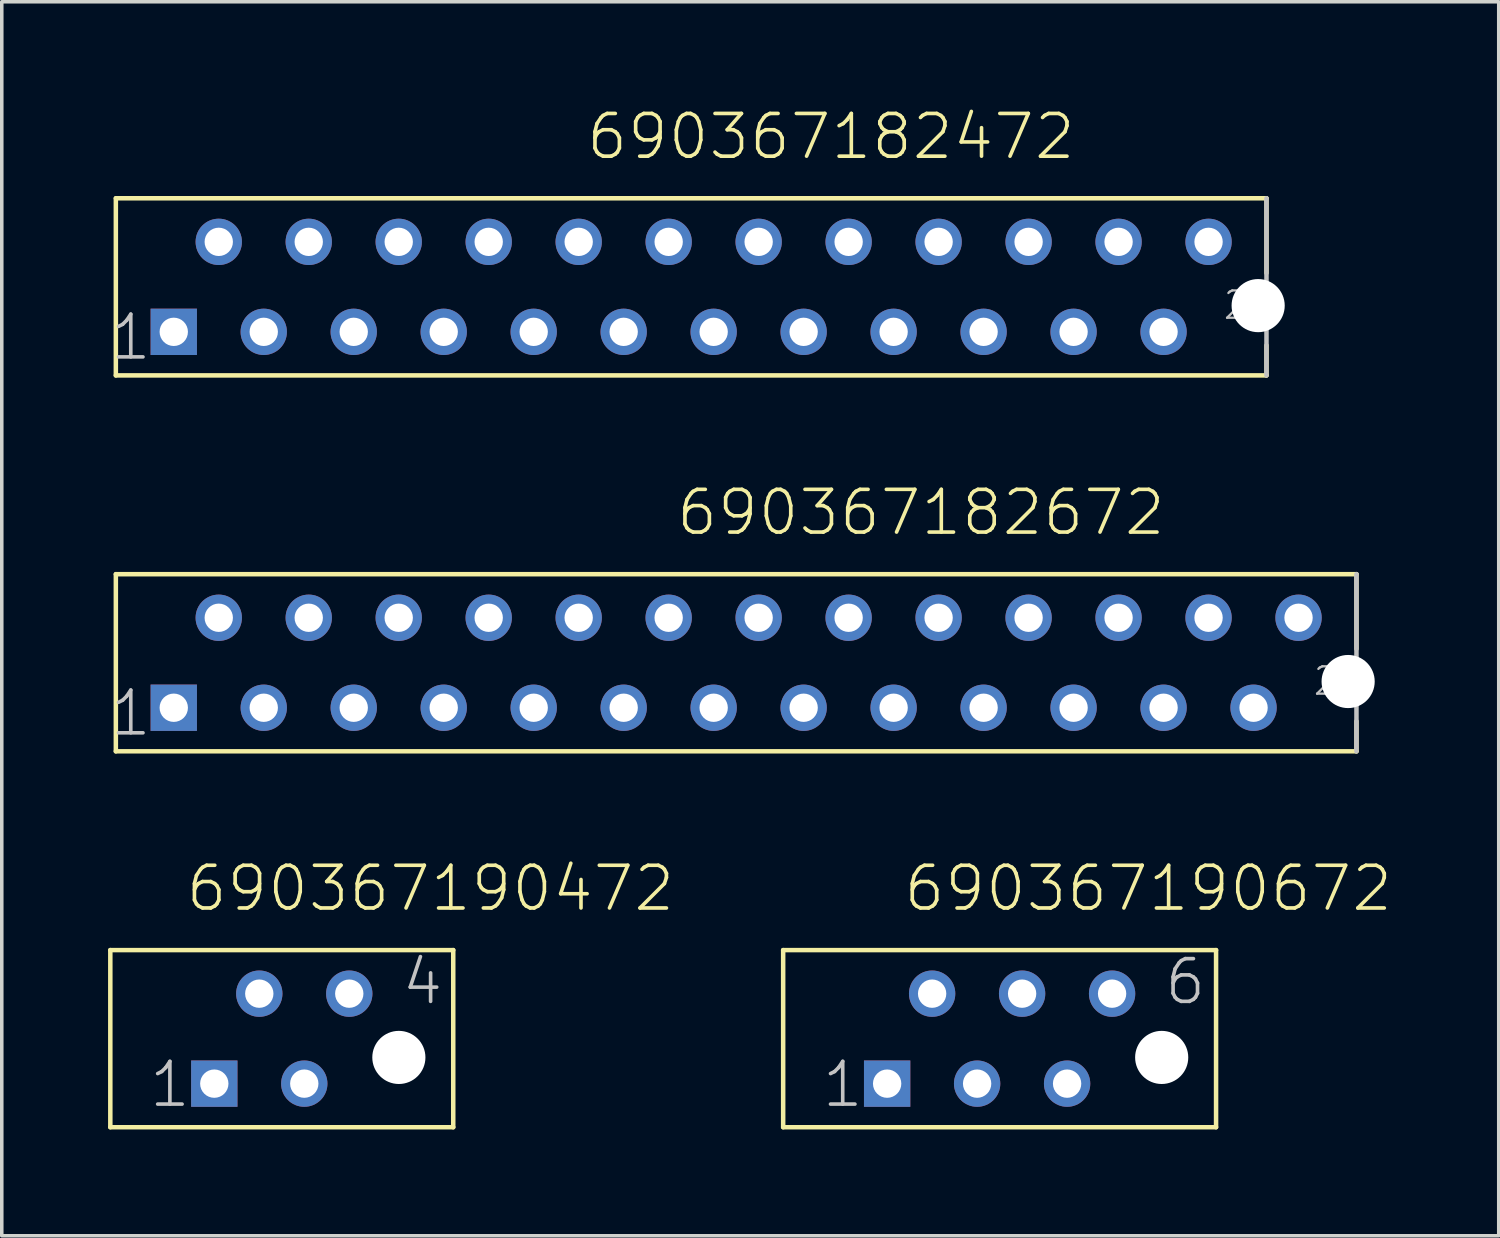
<source format=kicad_pcb>
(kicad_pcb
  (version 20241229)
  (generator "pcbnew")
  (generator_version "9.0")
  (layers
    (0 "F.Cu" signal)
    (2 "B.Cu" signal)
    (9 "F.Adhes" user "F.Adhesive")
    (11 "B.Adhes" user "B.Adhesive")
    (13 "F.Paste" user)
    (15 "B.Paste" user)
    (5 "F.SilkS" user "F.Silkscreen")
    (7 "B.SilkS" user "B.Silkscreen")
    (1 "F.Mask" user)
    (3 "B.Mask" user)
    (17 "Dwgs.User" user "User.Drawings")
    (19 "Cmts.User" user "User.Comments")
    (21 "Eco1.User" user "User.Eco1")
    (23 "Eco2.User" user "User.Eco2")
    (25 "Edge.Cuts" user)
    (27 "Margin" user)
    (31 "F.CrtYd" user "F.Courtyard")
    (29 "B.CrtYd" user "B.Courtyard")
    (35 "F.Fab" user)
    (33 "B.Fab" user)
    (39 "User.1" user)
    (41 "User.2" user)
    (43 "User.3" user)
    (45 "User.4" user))
  (footprint "690367190672"
    (layer "F.Cu")
    (at 25.167 26.269)
    (property "Reference" "690367190672" (at -2.762 -3.536 0) (layer "F.SilkS") (effects (font (size 1.206 1.206) (thickness 0.102)) (justify left bottom)))
    (attr through_hole)
    (fp_line (start -6.11 -2.5) (end -6.11 2.5) (stroke (width 0.127) (type solid)) (layer "F.SilkS"))
    (fp_line (start -6.11 2.5) (end 6.11 2.5) (stroke (width 0.127) (type solid)) (layer "F.SilkS"))
    (fp_line (start 6.11 -2.5) (end -6.11 -2.5) (stroke (width 0.127) (type solid)) (layer "F.SilkS"))
    (fp_line (start 6.11 2.5) (end 6.11 -2.5) (stroke (width 0.127) (type solid)) (layer "F.SilkS"))
    (fp_text user "1" (at -5.07 2 0) (layer "Dwgs.User") (effects (font (size 1.206 1.206) (thickness 0.102)) (justify left bottom)))
    (fp_text user "6" (at 4.6 -0.9 0) (layer "Dwgs.User") (effects (font (size 1.206 1.206) (thickness 0.102)) (justify left bottom)))
    (pad "" np_thru_hole circle (at 4.575 0.53) (size 1.5 1.5) (drill 1.5) (layers "*.Cu"))
    (pad "1" thru_hole rect (at -3.175 1.27 180) (size 1.308 1.308) (drill 0.8) (layers "*.Cu" "*.Mask"))
    (pad "2" thru_hole circle (at -1.905 -1.27 180) (size 1.308 1.308) (drill 0.8) (layers "*.Cu" "*.Mask"))
    (pad "3" thru_hole circle (at -0.635 1.27 180) (size 1.308 1.308) (drill 0.8) (layers "*.Cu" "*.Mask"))
    (pad "4" thru_hole circle (at 0.635 -1.27 180) (size 1.308 1.308) (drill 0.8) (layers "*.Cu" "*.Mask"))
    (pad "5" thru_hole circle (at 1.905 1.27 180) (size 1.308 1.308) (drill 0.8) (layers "*.Cu" "*.Mask"))
    (pad "6" thru_hole circle (at 3.175 -1.27 180) (size 1.308 1.308) (drill 0.8) (layers "*.Cu" "*.Mask")))
  (footprint "690367190472"
    (layer "F.Cu")
    (at 4.904 26.269)
    (property "Reference" "690367190472" (at -2.762 -3.536 0) (layer "F.SilkS") (effects (font (size 1.206 1.206) (thickness 0.102)) (justify left bottom)))
    (attr through_hole)
    (fp_line (start -4.84 -2.5) (end -4.84 2.5) (stroke (width 0.127) (type solid)) (layer "F.SilkS"))
    (fp_line (start -4.84 2.5) (end 4.84 2.5) (stroke (width 0.127) (type solid)) (layer "F.SilkS"))
    (fp_line (start 4.84 -2.5) (end -4.84 -2.5) (stroke (width 0.127) (type solid)) (layer "F.SilkS"))
    (fp_line (start 4.84 2.5) (end 4.84 -2.5) (stroke (width 0.127) (type solid)) (layer "F.SilkS"))
    (fp_text user "4" (at 3.33 -0.9 0) (layer "Dwgs.User") (effects (font (size 1.206 1.206) (thickness 0.102)) (justify left bottom)))
    (fp_text user "1" (at -3.8 2 0) (layer "Dwgs.User") (effects (font (size 1.206 1.206) (thickness 0.102)) (justify left bottom)))
    (pad "" np_thru_hole circle (at 3.305 0.53) (size 1.5 1.5) (drill 1.5) (layers "*.Cu"))
    (pad "1" thru_hole rect (at -1.905 1.27 180) (size 1.308 1.308) (drill 0.8) (layers "*.Cu" "*.Mask"))
    (pad "2" thru_hole circle (at -0.635 -1.27 180) (size 1.308 1.308) (drill 0.8) (layers "*.Cu" "*.Mask"))
    (pad "3" thru_hole circle (at 0.635 1.27 180) (size 1.308 1.308) (drill 0.8) (layers "*.Cu" "*.Mask"))
    (pad "4" thru_hole circle (at 1.905 -1.27 180) (size 1.308 1.308) (drill 0.8) (layers "*.Cu" "*.Mask")))
  (footprint "690367182472"
    (layer "F.Cu")
    (at 16.46 5.047)
    (property "Reference" "690367182472" (at -3.012 -3.536 0) (layer "F.SilkS") (effects (font (size 1.206 1.206) (thickness 0.102)) (justify left bottom)))
    (attr through_hole)
    (fp_line (start -16.24 -2.5) (end -16.24 2.5) (stroke (width 0.127) (type solid)) (layer "F.SilkS"))
    (fp_line (start -16.24 2.5) (end 16.24 2.5) (stroke (width 0.127) (type solid)) (layer "F.SilkS"))
    (fp_line (start 16.24 -2.5) (end -16.24 -2.5) (stroke (width 0.127) (type solid)) (layer "F.SilkS"))
    (fp_line (start 16.24 -0.39) (end 16.24 -2.5) (stroke (width 0.127) (type solid)) (layer "F.SilkS"))
    (fp_line (start 16.24 1.65) (end 16.24 2.5) (stroke (width 0.127) (type solid)) (layer "F.SilkS"))
    (fp_line (start 16.24 2.5) (end 16.24 -2.5) (stroke (width 0.127) (type solid)) (layer "Dwgs.User"))
    (fp_text user "1" (at -16.46 2.13 0) (layer "Dwgs.User") (effects (font (size 1.206 1.206) (thickness 0.102)) (justify left bottom)))
    (fp_text user "24" (at 14.975 0.97 0) (layer "Dwgs.User") (effects (font (size 0.772 0.772) (thickness 0.065)) (justify left bottom)))
    (pad "" np_thru_hole circle (at 16.005 0.53) (size 1.5 1.5) (drill 1.5) (layers "*.Cu"))
    (pad "1" thru_hole rect (at -14.605 1.27 180) (size 1.308 1.308) (drill 0.8) (layers "*.Cu" "*.Mask"))
    (pad "2" thru_hole circle (at -13.335 -1.27 180) (size 1.308 1.308) (drill 0.8) (layers "*.Cu" "*.Mask"))
    (pad "3" thru_hole circle (at -12.065 1.27 180) (size 1.308 1.308) (drill 0.8) (layers "*.Cu" "*.Mask"))
    (pad "4" thru_hole circle (at -10.795 -1.27 180) (size 1.308 1.308) (drill 0.8) (layers "*.Cu" "*.Mask"))
    (pad "5" thru_hole circle (at -9.525 1.27 180) (size 1.308 1.308) (drill 0.8) (layers "*.Cu" "*.Mask"))
    (pad "6" thru_hole circle (at -8.255 -1.27 180) (size 1.308 1.308) (drill 0.8) (layers "*.Cu" "*.Mask"))
    (pad "7" thru_hole circle (at -6.985 1.27 180) (size 1.308 1.308) (drill 0.8) (layers "*.Cu" "*.Mask"))
    (pad "8" thru_hole circle (at -5.715 -1.27 180) (size 1.308 1.308) (drill 0.8) (layers "*.Cu" "*.Mask"))
    (pad "9" thru_hole circle (at -4.445 1.27 180) (size 1.308 1.308) (drill 0.8) (layers "*.Cu" "*.Mask"))
    (pad "10" thru_hole circle (at -3.175 -1.27 180) (size 1.308 1.308) (drill 0.8) (layers "*.Cu" "*.Mask"))
    (pad "11" thru_hole circle (at -1.905 1.27 180) (size 1.308 1.308) (drill 0.8) (layers "*.Cu" "*.Mask"))
    (pad "12" thru_hole circle (at -0.635 -1.27 180) (size 1.308 1.308) (drill 0.8) (layers "*.Cu" "*.Mask"))
    (pad "13" thru_hole circle (at 0.635 1.27 180) (size 1.308 1.308) (drill 0.8) (layers "*.Cu" "*.Mask"))
    (pad "14" thru_hole circle (at 1.905 -1.27 180) (size 1.308 1.308) (drill 0.8) (layers "*.Cu" "*.Mask"))
    (pad "15" thru_hole circle (at 3.175 1.27 180) (size 1.308 1.308) (drill 0.8) (layers "*.Cu" "*.Mask"))
    (pad "16" thru_hole circle (at 4.445 -1.27 180) (size 1.308 1.308) (drill 0.8) (layers "*.Cu" "*.Mask"))
    (pad "17" thru_hole circle (at 5.715 1.27 180) (size 1.308 1.308) (drill 0.8) (layers "*.Cu" "*.Mask"))
    (pad "18" thru_hole circle (at 6.985 -1.27 180) (size 1.308 1.308) (drill 0.8) (layers "*.Cu" "*.Mask"))
    (pad "19" thru_hole circle (at 8.255 1.27 180) (size 1.308 1.308) (drill 0.8) (layers "*.Cu" "*.Mask"))
    (pad "20" thru_hole circle (at 9.525 -1.27 180) (size 1.308 1.308) (drill 0.8) (layers "*.Cu" "*.Mask"))
    (pad "21" thru_hole circle (at 10.795 1.27 180) (size 1.308 1.308) (drill 0.8) (layers "*.Cu" "*.Mask"))
    (pad "22" thru_hole circle (at 12.065 -1.27 180) (size 1.308 1.308) (drill 0.8) (layers "*.Cu" "*.Mask"))
    (pad "23" thru_hole circle (at 13.335 1.27 180) (size 1.308 1.308) (drill 0.8) (layers "*.Cu" "*.Mask"))
    (pad "24" thru_hole circle (at 14.605 -1.27 180) (size 1.308 1.308) (drill 0.8) (layers "*.Cu" "*.Mask")))
  (footprint "690367182672"
    (layer "F.Cu")
    (at 17.73 15.658)
    (property "Reference" "690367182672" (at -1.742 -3.536 0) (layer "F.SilkS") (effects (font (size 1.206 1.206) (thickness 0.102)) (justify left bottom)))
    (attr through_hole)
    (fp_line (start -17.51 -2.5) (end -17.51 2.5) (stroke (width 0.127) (type solid)) (layer "F.SilkS"))
    (fp_line (start -17.51 2.5) (end 17.51 2.5) (stroke (width 0.127) (type solid)) (layer "F.SilkS"))
    (fp_line (start 17.51 -2.5) (end -17.51 -2.5) (stroke (width 0.127) (type solid)) (layer "F.SilkS"))
    (fp_line (start 17.51 -0.39) (end 17.51 -2.5) (stroke (width 0.127) (type solid)) (layer "F.SilkS"))
    (fp_line (start 17.51 1.65) (end 17.51 2.5) (stroke (width 0.127) (type solid)) (layer "F.SilkS"))
    (fp_line (start 17.51 2.5) (end 17.51 -2.5) (stroke (width 0.127) (type solid)) (layer "Dwgs.User"))
    (fp_text user "26" (at 16.245 0.97 0) (layer "Dwgs.User") (effects (font (size 0.772 0.772) (thickness 0.065)) (justify left bottom)))
    (fp_text user "1" (at -17.73 2.13 0) (layer "Dwgs.User") (effects (font (size 1.206 1.206) (thickness 0.102)) (justify left bottom)))
    (pad "" np_thru_hole circle (at 17.275 0.53) (size 1.5 1.5) (drill 1.5) (layers "*.Cu"))
    (pad "1" thru_hole rect (at -15.875 1.27 180) (size 1.308 1.308) (drill 0.8) (layers "*.Cu" "*.Mask"))
    (pad "2" thru_hole circle (at -14.605 -1.27 180) (size 1.308 1.308) (drill 0.8) (layers "*.Cu" "*.Mask"))
    (pad "3" thru_hole circle (at -13.335 1.27 180) (size 1.308 1.308) (drill 0.8) (layers "*.Cu" "*.Mask"))
    (pad "4" thru_hole circle (at -12.065 -1.27 180) (size 1.308 1.308) (drill 0.8) (layers "*.Cu" "*.Mask"))
    (pad "5" thru_hole circle (at -10.795 1.27 180) (size 1.308 1.308) (drill 0.8) (layers "*.Cu" "*.Mask"))
    (pad "6" thru_hole circle (at -9.525 -1.27 180) (size 1.308 1.308) (drill 0.8) (layers "*.Cu" "*.Mask"))
    (pad "7" thru_hole circle (at -8.255 1.27 180) (size 1.308 1.308) (drill 0.8) (layers "*.Cu" "*.Mask"))
    (pad "8" thru_hole circle (at -6.985 -1.27 180) (size 1.308 1.308) (drill 0.8) (layers "*.Cu" "*.Mask"))
    (pad "9" thru_hole circle (at -5.715 1.27 180) (size 1.308 1.308) (drill 0.8) (layers "*.Cu" "*.Mask"))
    (pad "10" thru_hole circle (at -4.445 -1.27 180) (size 1.308 1.308) (drill 0.8) (layers "*.Cu" "*.Mask"))
    (pad "11" thru_hole circle (at -3.175 1.27 180) (size 1.308 1.308) (drill 0.8) (layers "*.Cu" "*.Mask"))
    (pad "12" thru_hole circle (at -1.905 -1.27 180) (size 1.308 1.308) (drill 0.8) (layers "*.Cu" "*.Mask"))
    (pad "13" thru_hole circle (at -0.635 1.27 180) (size 1.308 1.308) (drill 0.8) (layers "*.Cu" "*.Mask"))
    (pad "14" thru_hole circle (at 0.635 -1.27 180) (size 1.308 1.308) (drill 0.8) (layers "*.Cu" "*.Mask"))
    (pad "15" thru_hole circle (at 1.905 1.27 180) (size 1.308 1.308) (drill 0.8) (layers "*.Cu" "*.Mask"))
    (pad "16" thru_hole circle (at 3.175 -1.27 180) (size 1.308 1.308) (drill 0.8) (layers "*.Cu" "*.Mask"))
    (pad "17" thru_hole circle (at 4.445 1.27 180) (size 1.308 1.308) (drill 0.8) (layers "*.Cu" "*.Mask"))
    (pad "18" thru_hole circle (at 5.715 -1.27 180) (size 1.308 1.308) (drill 0.8) (layers "*.Cu" "*.Mask"))
    (pad "19" thru_hole circle (at 6.985 1.27 180) (size 1.308 1.308) (drill 0.8) (layers "*.Cu" "*.Mask"))
    (pad "20" thru_hole circle (at 8.255 -1.27 180) (size 1.308 1.308) (drill 0.8) (layers "*.Cu" "*.Mask"))
    (pad "21" thru_hole circle (at 9.525 1.27 180) (size 1.308 1.308) (drill 0.8) (layers "*.Cu" "*.Mask"))
    (pad "22" thru_hole circle (at 10.795 -1.27 180) (size 1.308 1.308) (drill 0.8) (layers "*.Cu" "*.Mask"))
    (pad "23" thru_hole circle (at 12.065 1.27 180) (size 1.308 1.308) (drill 0.8) (layers "*.Cu" "*.Mask"))
    (pad "24" thru_hole circle (at 13.335 -1.27 180) (size 1.308 1.308) (drill 0.8) (layers "*.Cu" "*.Mask"))
    (pad "25" thru_hole circle (at 14.605 1.27 180) (size 1.308 1.308) (drill 0.8) (layers "*.Cu" "*.Mask"))
    (pad "26" thru_hole circle (at 15.875 -1.27 180) (size 1.308 1.308) (drill 0.8) (layers "*.Cu" "*.Mask")))
  (gr_rect
    (start -3 -3)
    (end 39.256 31.833)
    (stroke (width 0.1) (type default))
    (fill no)
    (layer "Edge.Cuts")))
</source>
